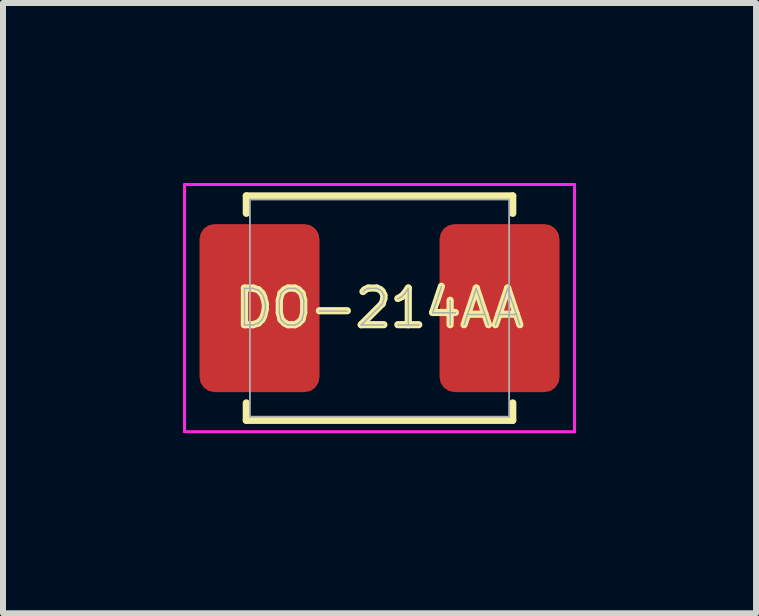
<source format=kicad_pcb>
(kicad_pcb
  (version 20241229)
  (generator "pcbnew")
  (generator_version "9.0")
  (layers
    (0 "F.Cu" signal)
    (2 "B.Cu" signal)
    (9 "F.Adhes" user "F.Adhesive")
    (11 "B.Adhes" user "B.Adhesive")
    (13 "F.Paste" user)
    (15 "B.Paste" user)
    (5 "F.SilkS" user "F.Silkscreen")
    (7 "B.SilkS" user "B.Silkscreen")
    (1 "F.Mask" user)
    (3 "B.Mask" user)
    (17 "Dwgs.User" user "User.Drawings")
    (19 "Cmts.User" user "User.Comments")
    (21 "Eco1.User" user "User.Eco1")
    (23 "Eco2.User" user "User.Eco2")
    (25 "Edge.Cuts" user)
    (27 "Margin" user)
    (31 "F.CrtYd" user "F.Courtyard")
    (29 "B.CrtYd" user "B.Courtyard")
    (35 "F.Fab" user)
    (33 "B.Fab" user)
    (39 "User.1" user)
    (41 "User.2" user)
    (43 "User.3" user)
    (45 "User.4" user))
  (footprint "DO-214AA"
    (layer "F.Cu")
    (at 3.275 2.085)
    (property "Reference" "DO-214AA" (at 0 0 0) (layer "F.SilkS") (effects (font (size 0.61 0.61) (thickness 0.12))))
    (attr smd)
    (fp_line (start -2.22 -1.87) (end -2.22 -1.58) (stroke (width 0.12) (type solid)) (layer "F.SilkS"))
    (fp_line (start -2.22 1.58) (end -2.22 1.87) (stroke (width 0.12) (type solid)) (layer "F.SilkS"))
    (fp_line (start -2.22 1.87) (end 2.22 1.87) (stroke (width 0.12) (type solid)) (layer "F.SilkS"))
    (fp_line (start 2.22 -1.87) (end -2.22 -1.87) (stroke (width 0.12) (type solid)) (layer "F.SilkS"))
    (fp_line (start 2.22 -1.58) (end 2.22 -1.87) (stroke (width 0.12) (type solid)) (layer "F.SilkS"))
    (fp_line (start 2.22 1.87) (end 2.22 1.58) (stroke (width 0.12) (type solid)) (layer "F.SilkS"))
    (fp_line (start -3.25 -2.06) (end 3.25 -2.06) (stroke (width 0.05) (type solid)) (layer "F.CrtYd"))
    (fp_line (start -3.25 2.06) (end -3.25 -2.06) (stroke (width 0.05) (type solid)) (layer "F.CrtYd"))
    (fp_line (start 3.25 -2.06) (end 3.25 2.06) (stroke (width 0.05) (type solid)) (layer "F.CrtYd"))
    (fp_line (start 3.25 2.06) (end -3.25 2.06) (stroke (width 0.05) (type solid)) (layer "F.CrtYd"))
    (fp_line (start -2.16 -1.81) (end 2.16 -1.81) (stroke (width 0.03) (type solid)) (layer "F.Fab"))
    (fp_line (start -2.16 1.81) (end -2.16 -1.81) (stroke (width 0.03) (type solid)) (layer "F.Fab"))
    (fp_line (start 2.16 -1.81) (end 2.16 1.81) (stroke (width 0.03) (type solid)) (layer "F.Fab"))
    (fp_line (start 2.16 1.81) (end -2.16 1.81) (stroke (width 0.03) (type solid)) (layer "F.Fab"))
    (fp_text user "${REFERENCE}" (at 0 0 0) (layer "F.Fab") (effects (font (size 0.61 0.61) (thickness 0.025))))
    (pad "1" smd roundrect (at -2 0) (size 2 2.8) (layers "F.Cu" "F.Mask" "F.Paste") (roundrect_rratio 0.125))
    (pad "2" smd roundrect (at 2 0) (size 2 2.8) (layers "F.Cu" "F.Mask" "F.Paste") (roundrect_rratio 0.125)))
  (gr_rect
    (start -3 -3)
    (end 9.55 7.17)
    (stroke (width 0.1) (type default))
    (fill no)
    (layer "Edge.Cuts")))
</source>
